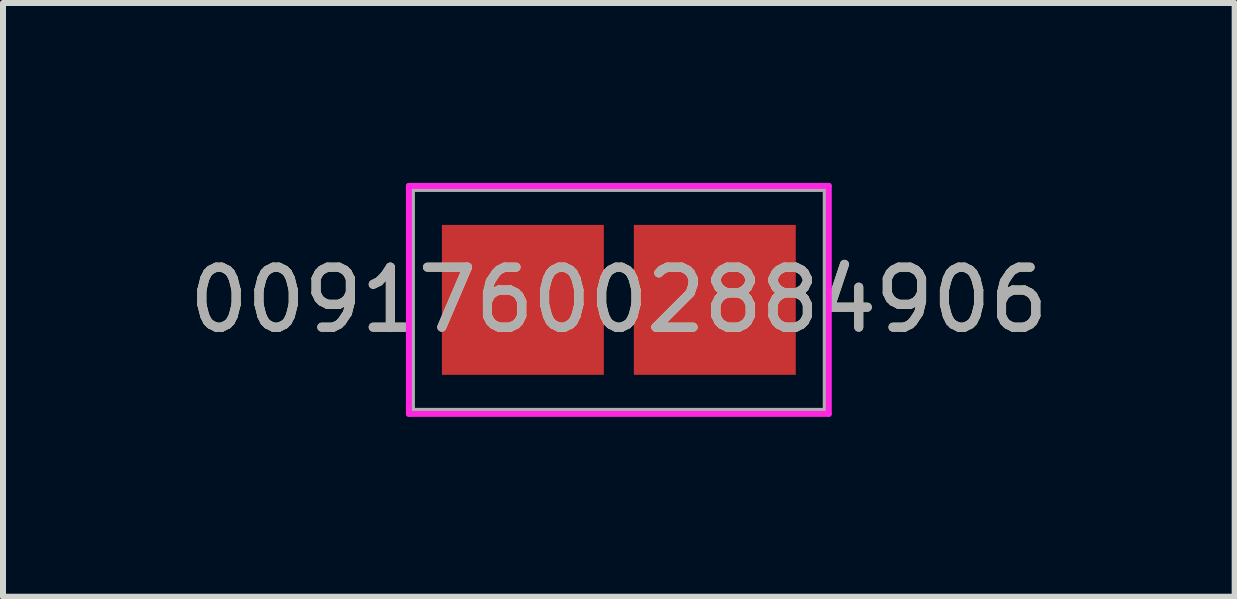
<source format=kicad_pcb>
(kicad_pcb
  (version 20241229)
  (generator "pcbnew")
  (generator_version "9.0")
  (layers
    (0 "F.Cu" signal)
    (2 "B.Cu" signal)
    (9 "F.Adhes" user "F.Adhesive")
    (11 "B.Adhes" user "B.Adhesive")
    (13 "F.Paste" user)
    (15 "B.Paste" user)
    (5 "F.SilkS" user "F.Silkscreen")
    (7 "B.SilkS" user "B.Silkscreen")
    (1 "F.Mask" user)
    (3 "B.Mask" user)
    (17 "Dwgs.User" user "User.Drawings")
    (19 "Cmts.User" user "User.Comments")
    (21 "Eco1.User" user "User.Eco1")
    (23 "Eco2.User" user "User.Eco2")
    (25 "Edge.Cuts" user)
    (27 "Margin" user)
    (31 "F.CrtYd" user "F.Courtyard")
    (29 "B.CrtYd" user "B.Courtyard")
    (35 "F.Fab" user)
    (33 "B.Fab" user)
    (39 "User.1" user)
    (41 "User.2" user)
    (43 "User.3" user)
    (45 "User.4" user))
  (footprint "009176002884906"
    (layer "F.Cu")
    (at 7.268 1.95)
    (property "Reference" "009176002884906" (at 0 0 0) (layer "F.SilkS") (effects (font (size 1 1) (thickness 0.15))))
    (attr smd)
    (fp_line (start -3.5 -1.9) (end 3.5 -1.9) (stroke (width 0.1) (type solid)) (layer "F.CrtYd"))
    (fp_line (start -3.5 1.9) (end -3.5 -1.9) (stroke (width 0.1) (type solid)) (layer "F.CrtYd"))
    (fp_line (start 3.5 -1.9) (end 3.5 1.9) (stroke (width 0.1) (type solid)) (layer "F.CrtYd"))
    (fp_line (start 3.5 1.9) (end -3.5 1.9) (stroke (width 0.1) (type solid)) (layer "F.CrtYd"))
    (fp_line (start -3.45 -1.85) (end 3.45 -1.85) (stroke (width 0.1) (type solid)) (layer "F.Fab"))
    (fp_line (start -3.45 1.85) (end -3.45 -1.85) (stroke (width 0.1) (type solid)) (layer "F.Fab"))
    (fp_line (start 3.45 -1.85) (end 3.45 1.85) (stroke (width 0.1) (type solid)) (layer "F.Fab"))
    (fp_line (start 3.45 1.85) (end -3.45 1.85) (stroke (width 0.1) (type solid)) (layer "F.Fab"))
    (fp_text user "${REFERENCE}" (at 0 0 0) (layer "F.Fab") (effects (font (size 1 1) (thickness 0.15))))
    (pad "1" smd rect (at -1.6 0 90) (size 2.5 2.7) (layers "F.Cu" "F.Mask" "F.Paste"))
    (pad "2" smd rect (at 1.6 0 90) (size 2.5 2.7) (layers "F.Cu" "F.Mask" "F.Paste")))
  (gr_rect
    (start -3 -3)
    (end 17.536 6.9)
    (stroke (width 0.1) (type default))
    (fill no)
    (layer "Edge.Cuts")))
</source>
